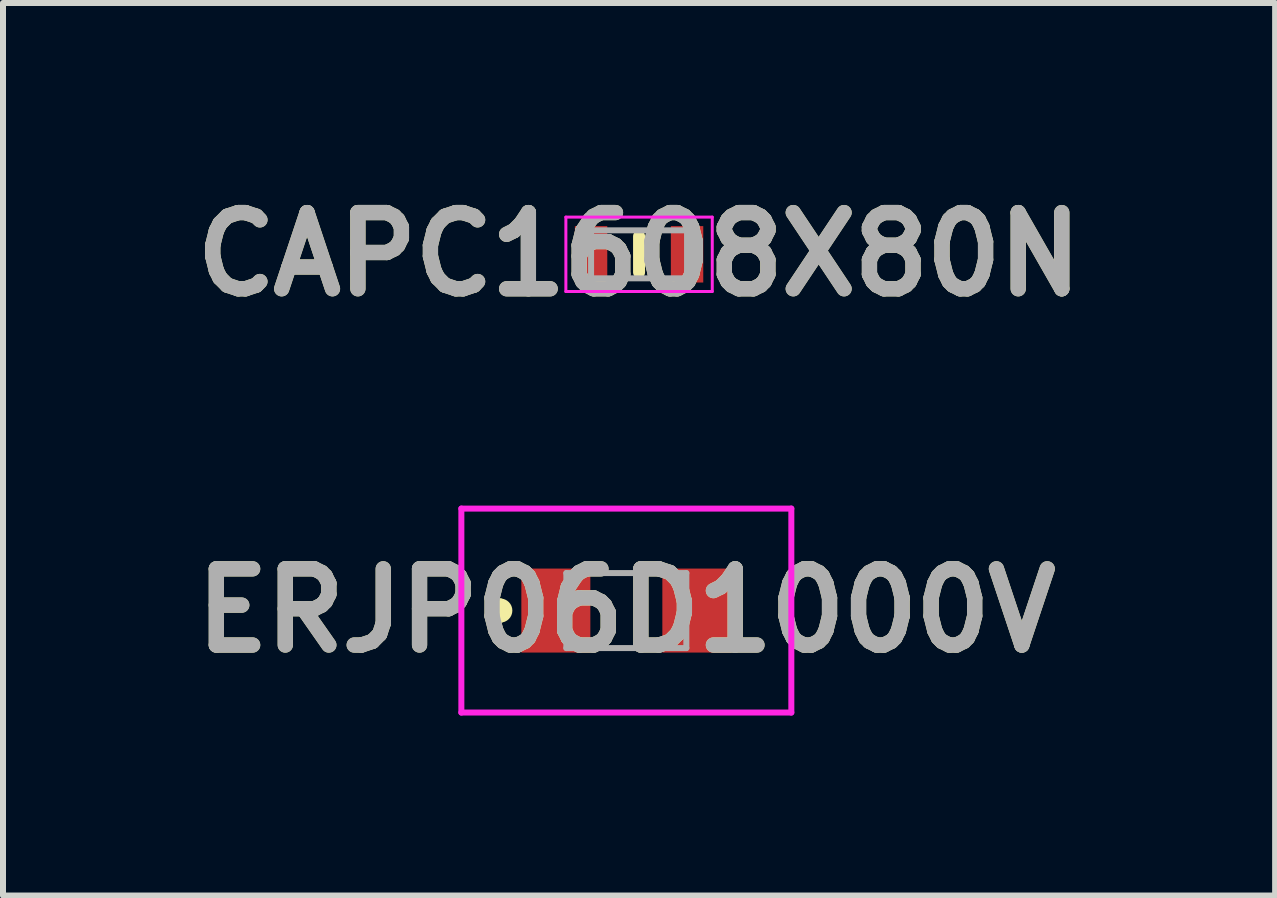
<source format=kicad_pcb>
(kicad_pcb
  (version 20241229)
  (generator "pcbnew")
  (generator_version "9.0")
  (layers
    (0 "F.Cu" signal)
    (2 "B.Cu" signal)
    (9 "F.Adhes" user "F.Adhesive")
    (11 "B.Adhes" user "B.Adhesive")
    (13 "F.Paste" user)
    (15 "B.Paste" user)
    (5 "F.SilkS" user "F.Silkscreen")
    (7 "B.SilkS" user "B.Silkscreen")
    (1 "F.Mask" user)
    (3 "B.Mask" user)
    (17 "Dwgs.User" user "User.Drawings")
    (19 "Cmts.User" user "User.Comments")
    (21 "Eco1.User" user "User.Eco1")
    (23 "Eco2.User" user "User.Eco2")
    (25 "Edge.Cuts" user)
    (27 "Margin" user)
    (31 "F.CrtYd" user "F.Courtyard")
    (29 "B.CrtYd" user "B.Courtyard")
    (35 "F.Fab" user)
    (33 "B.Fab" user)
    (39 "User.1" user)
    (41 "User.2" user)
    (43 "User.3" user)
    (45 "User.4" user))
  (footprint "ERJP06D1000V"
    (layer "F.Cu")
    (at 7.39 7.127)
    (property "Reference" "ERJP06D1000V" (at 0 0 0) (layer "F.SilkS") (effects (font (size 1.27 1.27) (thickness 0.254))))
    (attr smd)
    (fp_line (start -2.1 -0.1) (end -2.1 -0.1) (stroke (width 0.2) (type solid)) (layer "F.SilkS"))
    (fp_line (start -2.1 0.1) (end -2.1 0.1) (stroke (width 0.2) (type solid)) (layer "F.SilkS"))
    (fp_arc (start -2.1 -0.1) (mid -2 0) (end -2.1 0.1) (stroke (width 0.2) (type solid)) (layer "F.SilkS"))
    (fp_arc (start -2.1 0.1) (mid -2.2 0) (end -2.1 -0.1) (stroke (width 0.2) (type solid)) (layer "F.SilkS"))
    (fp_line (start -2.75 -1.7) (end 2.75 -1.7) (stroke (width 0.1) (type solid)) (layer "F.CrtYd"))
    (fp_line (start -2.75 1.7) (end -2.75 -1.7) (stroke (width 0.1) (type solid)) (layer "F.CrtYd"))
    (fp_line (start 2.75 -1.7) (end 2.75 1.7) (stroke (width 0.1) (type solid)) (layer "F.CrtYd"))
    (fp_line (start 2.75 1.7) (end -2.75 1.7) (stroke (width 0.1) (type solid)) (layer "F.CrtYd"))
    (fp_line (start -1 -0.625) (end 1 -0.625) (stroke (width 0.1) (type solid)) (layer "F.Fab"))
    (fp_line (start -1 0.625) (end -1 -0.625) (stroke (width 0.1) (type solid)) (layer "F.Fab"))
    (fp_line (start 1 -0.625) (end 1 0.625) (stroke (width 0.1) (type solid)) (layer "F.Fab"))
    (fp_line (start 1 0.625) (end -1 0.625) (stroke (width 0.1) (type solid)) (layer "F.Fab"))
    (fp_text user "${REFERENCE}" (at 0 0 0) (layer "F.Fab") (effects (font (size 1.27 1.27) (thickness 0.254))))
    (pad "1" smd rect (at -1.175 0) (size 1.15 1.4) (layers "F.Cu" "F.Mask" "F.Paste"))
    (pad "2" smd rect (at 1.175 0) (size 1.15 1.4) (layers "F.Cu" "F.Mask" "F.Paste")))
  (footprint "CAPC1608X80N"
    (layer "F.Cu")
    (at 7.602 1.189)
    (property "Reference" "CAPC1608X80N" (at 0 0 0) (layer "F.SilkS") (effects (font (size 1.27 1.27) (thickness 0.254))))
    (attr smd)
    (fp_line (start 0 -0.3) (end 0 0.3) (stroke (width 0.2) (type solid)) (layer "F.SilkS"))
    (fp_line (start -1.22 -0.62) (end 1.22 -0.62) (stroke (width 0.05) (type solid)) (layer "F.CrtYd"))
    (fp_line (start -1.22 0.62) (end -1.22 -0.62) (stroke (width 0.05) (type solid)) (layer "F.CrtYd"))
    (fp_line (start 1.22 -0.62) (end 1.22 0.62) (stroke (width 0.05) (type solid)) (layer "F.CrtYd"))
    (fp_line (start 1.22 0.62) (end -1.22 0.62) (stroke (width 0.05) (type solid)) (layer "F.CrtYd"))
    (fp_line (start -0.8 -0.4) (end 0.8 -0.4) (stroke (width 0.1) (type solid)) (layer "F.Fab"))
    (fp_line (start -0.8 0.4) (end -0.8 -0.4) (stroke (width 0.1) (type solid)) (layer "F.Fab"))
    (fp_line (start 0.8 -0.4) (end 0.8 0.4) (stroke (width 0.1) (type solid)) (layer "F.Fab"))
    (fp_line (start 0.8 0.4) (end -0.8 0.4) (stroke (width 0.1) (type solid)) (layer "F.Fab"))
    (fp_text user "${REFERENCE}" (at 0 0 0) (layer "F.Fab") (effects (font (size 1.27 1.27) (thickness 0.254))))
    (pad "1" smd rect (at -0.8 0) (size 0.54 0.94) (layers "F.Cu" "F.Mask" "F.Paste"))
    (pad "2" smd rect (at 0.8 0) (size 0.54 0.94) (layers "F.Cu" "F.Mask" "F.Paste")))
  (gr_rect
    (start -3 -3)
    (end 18.204 11.877)
    (stroke (width 0.1) (type default))
    (fill no)
    (layer "Edge.Cuts")))
</source>
